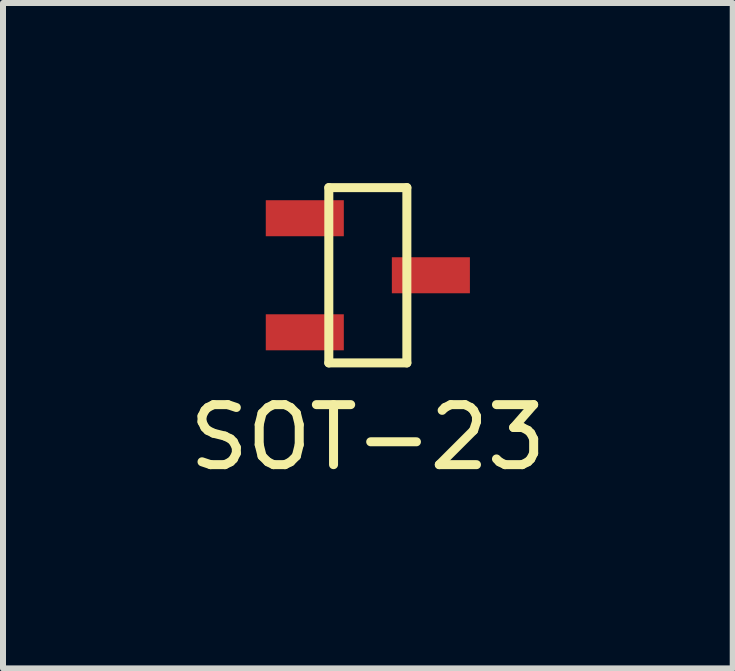
<source format=kicad_pcb>
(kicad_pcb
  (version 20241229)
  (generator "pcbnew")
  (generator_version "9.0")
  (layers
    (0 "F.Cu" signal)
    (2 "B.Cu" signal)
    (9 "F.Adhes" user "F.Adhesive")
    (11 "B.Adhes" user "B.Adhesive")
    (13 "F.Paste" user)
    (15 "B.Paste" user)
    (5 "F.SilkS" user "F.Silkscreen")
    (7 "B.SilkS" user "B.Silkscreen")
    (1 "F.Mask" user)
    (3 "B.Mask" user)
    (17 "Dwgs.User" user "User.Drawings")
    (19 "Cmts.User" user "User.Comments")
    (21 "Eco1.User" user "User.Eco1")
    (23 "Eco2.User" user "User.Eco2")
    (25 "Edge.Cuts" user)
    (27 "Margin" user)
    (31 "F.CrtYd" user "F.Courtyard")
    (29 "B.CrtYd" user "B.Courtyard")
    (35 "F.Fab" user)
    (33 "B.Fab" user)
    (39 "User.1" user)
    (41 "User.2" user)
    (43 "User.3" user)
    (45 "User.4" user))
  (footprint "SOT-23"
    (layer "F.Cu")
    (at 3.077 1.535)
    (property "Reference" "SOT-23" (at 0 2.7 0) (layer "F.SilkS") (effects (font (size 1 1) (thickness 0.15))))
    (attr through_hole)
    (fp_line (start -0.65 -1.46) (end 0.65 -1.46) (stroke (width 0.15) (type solid)) (layer "F.SilkS"))
    (fp_line (start -0.65 1.46) (end -0.65 -1.46) (stroke (width 0.15) (type solid)) (layer "F.SilkS"))
    (fp_line (start 0.65 -1.46) (end 0.65 1.46) (stroke (width 0.15) (type solid)) (layer "F.SilkS"))
    (fp_line (start 0.65 1.46) (end -0.65 1.46) (stroke (width 0.15) (type solid)) (layer "F.SilkS"))
    (pad "1" smd rect (at -1.05 -0.95) (size 1.3 0.6) (layers "F.Cu" "F.Mask" "F.Paste"))
    (pad "2" smd rect (at -1.05 0.95) (size 1.3 0.6) (layers "F.Cu" "F.Mask" "F.Paste"))
    (pad "3" smd rect (at 1.05 0) (size 1.3 0.6) (layers "F.Cu" "F.Mask" "F.Paste")))
  (gr_rect
    (start -3 -3)
    (end 9.155 8.083)
    (stroke (width 0.1) (type default))
    (fill no)
    (layer "Edge.Cuts")))
</source>
